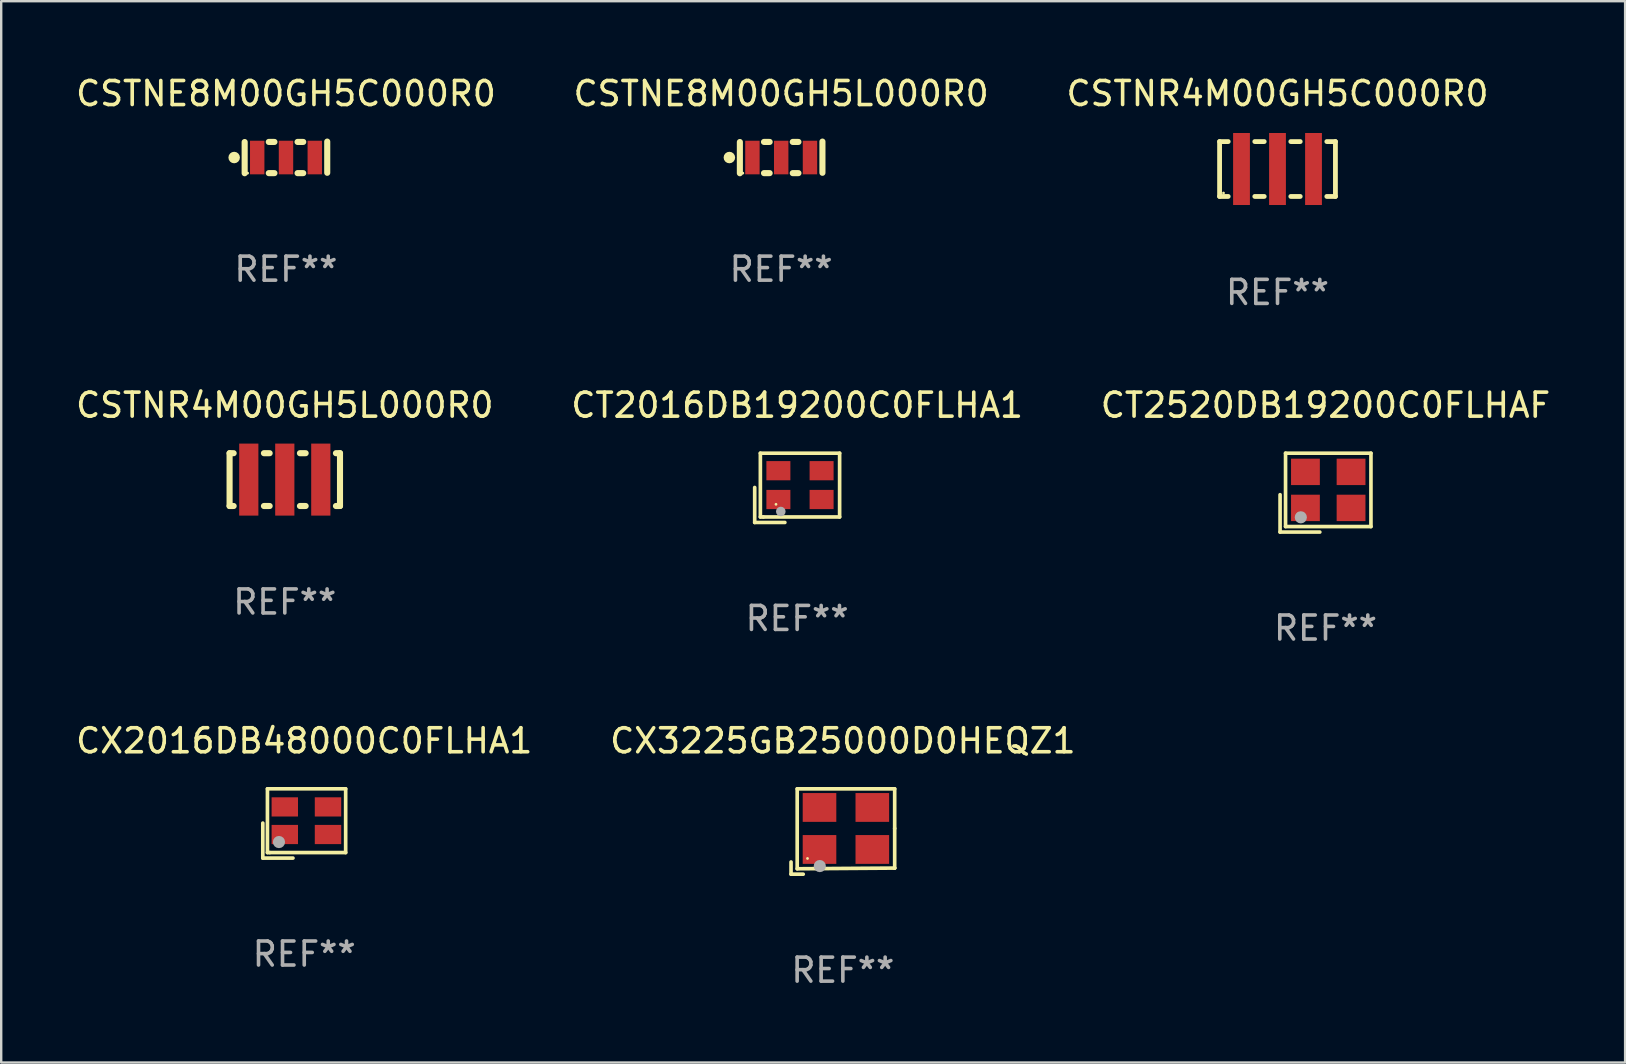
<source format=kicad_pcb>
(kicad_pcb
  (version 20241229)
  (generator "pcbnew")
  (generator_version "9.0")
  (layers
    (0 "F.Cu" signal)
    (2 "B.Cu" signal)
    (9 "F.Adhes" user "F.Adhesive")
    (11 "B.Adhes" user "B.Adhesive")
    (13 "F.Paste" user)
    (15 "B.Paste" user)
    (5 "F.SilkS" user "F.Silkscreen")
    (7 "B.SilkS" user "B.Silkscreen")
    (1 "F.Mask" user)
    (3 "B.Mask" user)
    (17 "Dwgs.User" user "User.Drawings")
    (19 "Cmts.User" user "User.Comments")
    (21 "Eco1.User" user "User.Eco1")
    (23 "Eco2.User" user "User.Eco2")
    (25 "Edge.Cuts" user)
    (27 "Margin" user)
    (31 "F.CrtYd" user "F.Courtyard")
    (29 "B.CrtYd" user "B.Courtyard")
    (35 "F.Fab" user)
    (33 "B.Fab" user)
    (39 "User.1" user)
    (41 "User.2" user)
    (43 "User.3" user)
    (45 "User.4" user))
  (footprint "CT2520DB19200C0FLHAF"
    (layer "F.Cu")
    (at 52.173 17.474)
    (property "Reference" "CT2520DB19200C0FLHAF" (at 0 -3.643 0) (layer "F.SilkS") (effects (font (size 1 1) (thickness 0.15))))
    (attr through_hole)
    (fp_line (start -1.893 0.086) (end -1.893 1.643) (stroke (width 0.152) (type solid)) (layer "F.SilkS"))
    (fp_line (start -1.893 1.643) (end -0.237 1.643) (stroke (width 0.152) (type solid)) (layer "F.SilkS"))
    (fp_line (start -1.665 -1.643) (end 1.893 -1.643) (stroke (width 0.152) (type solid)) (layer "F.SilkS"))
    (fp_line (start -1.665 1.414) (end -1.665 -1.643) (stroke (width 0.152) (type solid)) (layer "F.SilkS"))
    (fp_line (start 1.893 -1.643) (end 1.893 1.414) (stroke (width 0.152) (type solid)) (layer "F.SilkS"))
    (fp_line (start 1.893 1.414) (end -1.665 1.414) (stroke (width 0.152) (type solid)) (layer "F.SilkS"))
    (fp_circle (center -1.136 0.885) (end -1.106 0.885) (stroke (width 0.06) (type solid)) (fill no) (layer "F.SilkS"))
    (fp_circle (center -1.029 1.028) (end -0.902 1.028) (stroke (width 0.254) (type solid)) (fill no) (layer "F.Fab"))
    (fp_text user "REF**" (at 0 5.643 0) (layer "F.Fab") (effects (font (size 1 1) (thickness 0.15))))
    (pad "1" smd rect (at -0.836 0.636) (size 1.2 1.1) (layers "F.Cu" "F.Mask" "F.Paste"))
    (pad "2" smd rect (at 1.064 0.636) (size 1.2 1.1) (layers "F.Cu" "F.Mask" "F.Paste"))
    (pad "3" smd rect (at 1.064 -0.865) (size 1.2 1.1) (layers "F.Cu" "F.Mask" "F.Paste"))
    (pad "4" smd rect (at -0.836 -0.865) (size 1.2 1.1) (layers "F.Cu" "F.Mask" "F.Paste")))
  (footprint "CX2016DB48000C0FLHA1"
    (layer "F.Cu")
    (at 9.625 31.256)
    (property "Reference" "CX2016DB48000C0FLHA1" (at 0 -3.443 0) (layer "F.SilkS") (effects (font (size 1 1) (thickness 0.15))))
    (attr through_hole)
    (fp_line (start -1.726 -0.015) (end -1.726 1.443) (stroke (width 0.152) (type solid)) (layer "F.SilkS"))
    (fp_line (start -1.726 1.443) (end -0.469 1.443) (stroke (width 0.152) (type solid)) (layer "F.SilkS"))
    (fp_line (start -1.533 -1.443) (end 1.726 -1.443) (stroke (width 0.152) (type solid)) (layer "F.SilkS"))
    (fp_line (start -1.533 1.214) (end -1.533 -1.443) (stroke (width 0.152) (type solid)) (layer "F.SilkS"))
    (fp_line (start -1.439 1.214) (end -1.533 1.214) (stroke (width 0.152) (type solid)) (layer "F.SilkS"))
    (fp_line (start 1.726 -1.443) (end 1.726 1.214) (stroke (width 0.152) (type solid)) (layer "F.SilkS"))
    (fp_line (start 1.726 1.214) (end -1.439 1.214) (stroke (width 0.152) (type solid)) (layer "F.SilkS"))
    (fp_circle (center -0.91 0.686) (end -0.88 0.686) (stroke (width 0.06) (type solid)) (fill no) (layer "F.SilkS"))
    (fp_circle (center -1.053 0.775) (end -0.926 0.775) (stroke (width 0.254) (type solid)) (fill no) (layer "F.Fab"))
    (fp_text user "REF**" (at 0 5.443 0) (layer "F.Fab") (effects (font (size 1 1) (thickness 0.15))))
    (pad "1" smd rect (at -0.81 0.461) (size 1.1 0.8) (layers "F.Cu" "F.Mask" "F.Paste"))
    (pad "2" smd rect (at 0.99 0.461) (size 1.1 0.8) (layers "F.Cu" "F.Mask" "F.Paste"))
    (pad "3" smd rect (at 0.99 -0.689) (size 1.1 0.8) (layers "F.Cu" "F.Mask" "F.Paste"))
    (pad "4" smd rect (at -0.81 -0.689) (size 1.1 0.8) (layers "F.Cu" "F.Mask" "F.Paste")))
  (footprint "CSTNE8M00GH5L000R0"
    (layer "F.Cu")
    (at 29.494 3.508)
    (property "Reference" "CSTNE8M00GH5L000R0" (at 0 -2.659 0) (layer "F.SilkS") (effects (font (size 1 1) (thickness 0.15))))
    (attr through_hole)
    (fp_line (start -1.72 -0.641) (end -1.72 0.659) (stroke (width 0.254) (type solid)) (layer "F.SilkS"))
    (fp_line (start -0.715 -0.645) (end -0.479 -0.645) (stroke (width 0.254) (type solid)) (layer "F.SilkS"))
    (fp_line (start -0.715 0.655) (end -0.479 0.655) (stroke (width 0.254) (type solid)) (layer "F.SilkS"))
    (fp_line (start 0.483 -0.645) (end 0.72 -0.645) (stroke (width 0.254) (type solid)) (layer "F.SilkS"))
    (fp_line (start 0.483 0.655) (end 0.72 0.655) (stroke (width 0.254) (type solid)) (layer "F.SilkS"))
    (fp_line (start 1.72 0.641) (end 1.72 -0.659) (stroke (width 0.254) (type solid)) (layer "F.SilkS"))
    (fp_circle (center -2.157 0.005) (end -2.037 0.005) (stroke (width 0.24) (type solid)) (fill no) (layer "F.SilkS"))
    (fp_circle (center -1.598 0.655) (end -1.568 0.655) (stroke (width 0.06) (type solid)) (fill no) (layer "F.SilkS"))
    (fp_text user "REF**" (at 0 4.659 0) (layer "F.Fab") (effects (font (size 1 1) (thickness 0.15))))
    (pad "1" smd rect (at -1.197 0.005) (size 0.6 1.4) (layers "F.Cu" "F.Mask" "F.Paste"))
    (pad "2" smd rect (at 0.002 0.005) (size 0.6 1.4) (layers "F.Cu" "F.Mask" "F.Paste"))
    (pad "3" smd rect (at 1.201 0.005) (size 0.6 1.4) (layers "F.Cu" "F.Mask" "F.Paste")))
  (footprint "CT2016DB19200C0FLHA1"
    (layer "F.Cu")
    (at 30.161 17.274)
    (property "Reference" "CT2016DB19200C0FLHA1" (at 0 -3.443 0) (layer "F.SilkS") (effects (font (size 1 1) (thickness 0.15))))
    (attr through_hole)
    (fp_line (start -1.769 -0.014) (end -1.769 1.443) (stroke (width 0.152) (type solid)) (layer "F.SilkS"))
    (fp_line (start -1.769 1.443) (end -0.512 1.443) (stroke (width 0.152) (type solid)) (layer "F.SilkS"))
    (fp_line (start -1.533 -1.443) (end 1.769 -1.443) (stroke (width 0.152) (type solid)) (layer "F.SilkS"))
    (fp_line (start -1.533 1.214) (end -1.533 -1.443) (stroke (width 0.152) (type solid)) (layer "F.SilkS"))
    (fp_line (start -1.411 1.214) (end -1.533 1.214) (stroke (width 0.152) (type solid)) (layer "F.SilkS"))
    (fp_line (start 1.769 -1.443) (end 1.769 1.214) (stroke (width 0.152) (type solid)) (layer "F.SilkS"))
    (fp_line (start 1.769 1.214) (end -1.411 1.214) (stroke (width 0.152) (type solid)) (layer "F.SilkS"))
    (fp_circle (center -0.882 0.686) (end -0.852 0.686) (stroke (width 0.06) (type solid)) (fill no) (layer "F.SilkS"))
    (fp_circle (center -0.682 0.986) (end -0.582 0.986) (stroke (width 0.2) (type solid)) (fill no) (layer "F.Fab"))
    (fp_text user "REF**" (at 0 5.443 0) (layer "F.Fab") (effects (font (size 1 1) (thickness 0.15))))
    (pad "1" smd rect (at -0.782 0.486 90) (size 0.8 1) (layers "F.Cu" "F.Mask" "F.Paste"))
    (pad "2" smd rect (at 1.018 0.486 90) (size 0.8 1) (layers "F.Cu" "F.Mask" "F.Paste"))
    (pad "3" smd rect (at 1.018 -0.714 90) (size 0.8 1) (layers "F.Cu" "F.Mask" "F.Paste"))
    (pad "4" smd rect (at -0.782 -0.714 90) (size 0.8 1) (layers "F.Cu" "F.Mask" "F.Paste")))
  (footprint "CSTNR4M00GH5C000R0"
    (layer "F.Cu")
    (at 50.173 3.991)
    (property "Reference" "CSTNR4M00GH5C000R0" (at 0 -3.143 0) (layer "F.SilkS") (effects (font (size 1 1) (thickness 0.15))))
    (attr through_hole)
    (fp_line (start -2.413 -1.143) (end -2.413 1.143) (stroke (width 0.2) (type solid)) (layer "F.SilkS"))
    (fp_line (start -2.413 1.143) (end -2.054 1.143) (stroke (width 0.2) (type solid)) (layer "F.SilkS"))
    (fp_line (start -2.054 -1.143) (end -2.413 -1.143) (stroke (width 0.2) (type solid)) (layer "F.SilkS"))
    (fp_line (start -0.946 1.143) (end -0.554 1.143) (stroke (width 0.2) (type solid)) (layer "F.SilkS"))
    (fp_line (start -0.554 -1.143) (end -0.946 -1.143) (stroke (width 0.2) (type solid)) (layer "F.SilkS"))
    (fp_line (start 0.554 1.143) (end 0.946 1.143) (stroke (width 0.2) (type solid)) (layer "F.SilkS"))
    (fp_line (start 0.946 -1.143) (end 0.554 -1.143) (stroke (width 0.2) (type solid)) (layer "F.SilkS"))
    (fp_line (start 2.054 1.143) (end 2.413 1.143) (stroke (width 0.2) (type solid)) (layer "F.SilkS"))
    (fp_line (start 2.413 -1.143) (end 2.054 -1.143) (stroke (width 0.2) (type solid)) (layer "F.SilkS"))
    (fp_line (start 2.413 1.143) (end 2.413 -1.143) (stroke (width 0.2) (type solid)) (layer "F.SilkS"))
    (fp_circle (center -2.25 1) (end -2.22 1) (stroke (width 0.06) (type solid)) (fill no) (layer "F.SilkS"))
    (fp_text user "REF**" (at 0 5.143 0) (layer "F.Fab") (effects (font (size 1 1) (thickness 0.15))))
    (pad "1" smd rect (at -1.5 0) (size 0.7 3) (layers "F.Cu" "F.Mask" "F.Paste"))
    (pad "2" smd rect (at 0 0) (size 0.7 3) (layers "F.Cu" "F.Mask" "F.Paste"))
    (pad "3" smd rect (at 1.5 0) (size 0.7 3) (layers "F.Cu" "F.Mask" "F.Paste")))
  (footprint "CX3225GB25000D0HEQZ1"
    (layer "F.Cu")
    (at 32.065 31.592)
    (property "Reference" "CX3225GB25000D0HEQZ1" (at 0 -3.778 0) (layer "F.SilkS") (effects (font (size 1 1) (thickness 0.15))))
    (attr through_hole)
    (fp_line (start -2.159 1.27) (end -2.159 1.778) (stroke (width 0.152) (type solid)) (layer "F.SilkS"))
    (fp_line (start -2.159 1.778) (end -1.651 1.778) (stroke (width 0.152) (type solid)) (layer "F.SilkS"))
    (fp_line (start -1.902 -1.778) (end 2.159 -1.778) (stroke (width 0.152) (type solid)) (layer "F.SilkS"))
    (fp_line (start -1.902 1.552) (end -1.902 -1.778) (stroke (width 0.152) (type solid)) (layer "F.SilkS"))
    (fp_line (start 2.159 -1.778) (end 2.159 -0.127) (stroke (width 0.152) (type solid)) (layer "F.SilkS"))
    (fp_line (start 2.159 -0.127) (end 2.159 1.524) (stroke (width 0.152) (type solid)) (layer "F.SilkS"))
    (fp_line (start 2.159 1.524) (end -1.902 1.552) (stroke (width 0.152) (type solid)) (layer "F.SilkS"))
    (fp_line (start 2.159 1.524) (end 2.159 1.524) (stroke (width 0.152) (type solid)) (layer "F.SilkS"))
    (fp_circle (center -1.473 1.123) (end -1.443 1.123) (stroke (width 0.06) (type solid)) (fill no) (layer "F.SilkS"))
    (fp_circle (center -0.961 1.44) (end -0.834 1.44) (stroke (width 0.254) (type solid)) (fill no) (layer "F.Fab"))
    (fp_text user "REF**" (at 0 5.778 0) (layer "F.Fab") (effects (font (size 1 1) (thickness 0.15))))
    (pad "1" smd rect (at -0.973 0.748) (size 1.4 1.2) (layers "F.Cu" "F.Mask" "F.Paste"))
    (pad "2" smd rect (at 1.227 0.748) (size 1.4 1.2) (layers "F.Cu" "F.Mask" "F.Paste"))
    (pad "3" smd rect (at 1.227 -1.002) (size 1.4 1.2) (layers "F.Cu" "F.Mask" "F.Paste"))
    (pad "4" smd rect (at -0.973 -1.002) (size 1.4 1.2) (layers "F.Cu" "F.Mask" "F.Paste")))
  (footprint "CSTNE8M00GH5C000R0"
    (layer "F.Cu")
    (at 8.863 3.508)
    (property "Reference" "CSTNE8M00GH5C000R0" (at 0 -2.659 0) (layer "F.SilkS") (effects (font (size 1 1) (thickness 0.15))))
    (attr through_hole)
    (fp_line (start -1.72 -0.641) (end -1.72 0.659) (stroke (width 0.254) (type solid)) (layer "F.SilkS"))
    (fp_line (start -0.715 -0.645) (end -0.479 -0.645) (stroke (width 0.254) (type solid)) (layer "F.SilkS"))
    (fp_line (start -0.715 0.655) (end -0.479 0.655) (stroke (width 0.254) (type solid)) (layer "F.SilkS"))
    (fp_line (start 0.483 -0.645) (end 0.72 -0.645) (stroke (width 0.254) (type solid)) (layer "F.SilkS"))
    (fp_line (start 0.483 0.655) (end 0.72 0.655) (stroke (width 0.254) (type solid)) (layer "F.SilkS"))
    (fp_line (start 1.72 0.641) (end 1.72 -0.659) (stroke (width 0.254) (type solid)) (layer "F.SilkS"))
    (fp_circle (center -2.157 0.005) (end -2.037 0.005) (stroke (width 0.24) (type solid)) (fill no) (layer "F.SilkS"))
    (fp_circle (center -1.598 0.655) (end -1.568 0.655) (stroke (width 0.06) (type solid)) (fill no) (layer "F.SilkS"))
    (fp_text user "REF**" (at 0 4.659 0) (layer "F.Fab") (effects (font (size 1 1) (thickness 0.15))))
    (pad "1" smd rect (at -1.197 0.005) (size 0.6 1.4) (layers "F.Cu" "F.Mask" "F.Paste"))
    (pad "2" smd rect (at 0.002 0.005) (size 0.6 1.4) (layers "F.Cu" "F.Mask" "F.Paste"))
    (pad "3" smd rect (at 1.201 0.005) (size 0.6 1.4) (layers "F.Cu" "F.Mask" "F.Paste")))
  (footprint "CSTNR4M00GH5L000R0"
    (layer "F.Cu")
    (at 8.815 16.931)
    (property "Reference" "CSTNR4M00GH5L000R0" (at 0 -3.1 0) (layer "F.SilkS") (effects (font (size 1 1) (thickness 0.15))))
    (attr through_hole)
    (fp_line (start -2.3 -1.1) (end -2.3 1.1) (stroke (width 0.254) (type solid)) (layer "F.SilkS"))
    (fp_line (start -2.3 -1.1) (end -2.131 -1.1) (stroke (width 0.254) (type solid)) (layer "F.SilkS"))
    (fp_line (start -2.3 1.1) (end -2.131 1.1) (stroke (width 0.254) (type solid)) (layer "F.SilkS"))
    (fp_line (start -0.869 -1.1) (end -0.631 -1.1) (stroke (width 0.254) (type solid)) (layer "F.SilkS"))
    (fp_line (start -0.869 1.1) (end -0.631 1.1) (stroke (width 0.254) (type solid)) (layer "F.SilkS"))
    (fp_line (start 0.631 -1.1) (end 0.869 -1.1) (stroke (width 0.254) (type solid)) (layer "F.SilkS"))
    (fp_line (start 0.631 1.1) (end 0.869 1.1) (stroke (width 0.254) (type solid)) (layer "F.SilkS"))
    (fp_line (start 2.131 -1.1) (end 2.3 -1.1) (stroke (width 0.254) (type solid)) (layer "F.SilkS"))
    (fp_line (start 2.131 1.1) (end 2.3 1.1) (stroke (width 0.254) (type solid)) (layer "F.SilkS"))
    (fp_line (start 2.3 -1.1) (end 2.3 1.1) (stroke (width 0.254) (type solid)) (layer "F.SilkS"))
    (fp_circle (center -2.25 1) (end -2.22 1) (stroke (width 0.06) (type solid)) (fill no) (layer "F.SilkS"))
    (fp_text user "REF**" (at 0 5.1 0) (layer "F.Fab") (effects (font (size 1 1) (thickness 0.15))))
    (pad "1" smd rect (at -1.5 0.000013 90) (size 3 0.8) (layers "F.Cu" "F.Mask" "F.Paste"))
    (pad "2" smd rect (at -0.000013 0.000013 90) (size 3 0.8) (layers "F.Cu" "F.Mask" "F.Paste"))
    (pad "3" smd rect (at 1.5 0.000013 90) (size 3 0.8) (layers "F.Cu" "F.Mask" "F.Paste")))
  (gr_rect
    (start -3 -3)
    (end 64.655 41.218)
    (stroke (width 0.1) (type default))
    (fill no)
    (layer "Edge.Cuts")))
</source>
